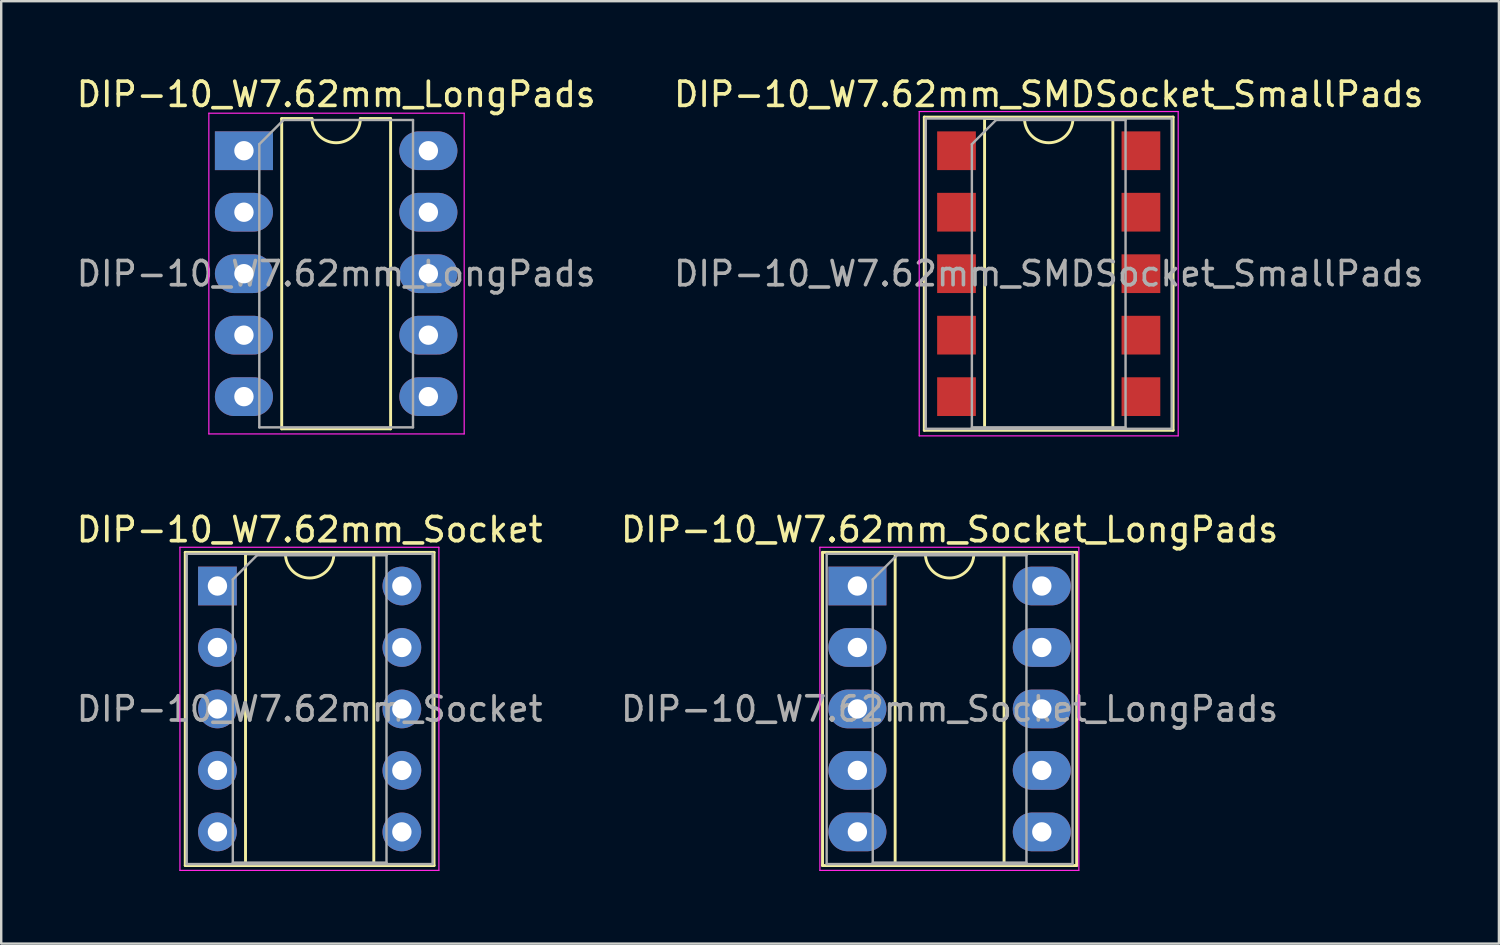
<source format=kicad_pcb>
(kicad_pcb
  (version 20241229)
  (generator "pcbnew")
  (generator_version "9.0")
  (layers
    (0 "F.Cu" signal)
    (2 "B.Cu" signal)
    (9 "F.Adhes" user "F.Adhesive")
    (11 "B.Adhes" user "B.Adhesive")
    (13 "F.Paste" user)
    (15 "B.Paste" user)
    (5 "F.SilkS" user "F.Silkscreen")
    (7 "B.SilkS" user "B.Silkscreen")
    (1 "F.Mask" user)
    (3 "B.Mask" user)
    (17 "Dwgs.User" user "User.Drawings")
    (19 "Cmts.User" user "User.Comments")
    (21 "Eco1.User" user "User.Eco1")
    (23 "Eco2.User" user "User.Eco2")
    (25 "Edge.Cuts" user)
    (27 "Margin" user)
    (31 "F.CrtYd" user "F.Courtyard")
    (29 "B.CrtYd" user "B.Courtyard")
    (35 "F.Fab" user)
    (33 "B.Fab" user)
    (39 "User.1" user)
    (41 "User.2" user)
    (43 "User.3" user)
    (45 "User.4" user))
  (footprint "DIP-10_W7.62mm_SMDSocket_SmallPads"
    (layer "F.Cu")
    (at 40.28 8.258)
    (property "Reference" "DIP-10_W7.62mm_SMDSocket_SmallPads" (at 0 -7.41 0) (layer "F.SilkS") (effects (font (size 1 1) (thickness 0.15))))
    (attr smd)
    (fp_line (start -5.14 -6.47) (end -5.14 6.47) (stroke (width 0.12) (type solid)) (layer "F.SilkS"))
    (fp_line (start -5.14 6.47) (end 5.14 6.47) (stroke (width 0.12) (type solid)) (layer "F.SilkS"))
    (fp_line (start -2.65 -6.41) (end -2.65 6.41) (stroke (width 0.12) (type solid)) (layer "F.SilkS"))
    (fp_line (start -2.65 6.41) (end 2.65 6.41) (stroke (width 0.12) (type solid)) (layer "F.SilkS"))
    (fp_line (start -1 -6.41) (end -2.65 -6.41) (stroke (width 0.12) (type solid)) (layer "F.SilkS"))
    (fp_line (start 2.65 -6.41) (end 1 -6.41) (stroke (width 0.12) (type solid)) (layer "F.SilkS"))
    (fp_line (start 2.65 6.41) (end 2.65 -6.41) (stroke (width 0.12) (type solid)) (layer "F.SilkS"))
    (fp_line (start 5.14 -6.47) (end -5.14 -6.47) (stroke (width 0.12) (type solid)) (layer "F.SilkS"))
    (fp_line (start 5.14 6.47) (end 5.14 -6.47) (stroke (width 0.12) (type solid)) (layer "F.SilkS"))
    (fp_arc (start 1 -6.41) (mid 0 -5.41) (end -1 -6.41) (stroke (width 0.12) (type solid)) (layer "F.SilkS"))
    (fp_line (start -5.35 -6.7) (end -5.35 6.7) (stroke (width 0.05) (type solid)) (layer "F.CrtYd"))
    (fp_line (start -5.35 6.7) (end 5.35 6.7) (stroke (width 0.05) (type solid)) (layer "F.CrtYd"))
    (fp_line (start 5.35 -6.7) (end -5.35 -6.7) (stroke (width 0.05) (type solid)) (layer "F.CrtYd"))
    (fp_line (start 5.35 6.7) (end 5.35 -6.7) (stroke (width 0.05) (type solid)) (layer "F.CrtYd"))
    (fp_line (start -5.08 -6.41) (end -5.08 6.41) (stroke (width 0.1) (type solid)) (layer "F.Fab"))
    (fp_line (start -5.08 6.41) (end 5.08 6.41) (stroke (width 0.1) (type solid)) (layer "F.Fab"))
    (fp_line (start -3.175 -5.35) (end -2.175 -6.35) (stroke (width 0.1) (type solid)) (layer "F.Fab"))
    (fp_line (start -3.175 6.35) (end -3.175 -5.35) (stroke (width 0.1) (type solid)) (layer "F.Fab"))
    (fp_line (start -2.175 -6.35) (end 3.175 -6.35) (stroke (width 0.1) (type solid)) (layer "F.Fab"))
    (fp_line (start 3.175 -6.35) (end 3.175 6.35) (stroke (width 0.1) (type solid)) (layer "F.Fab"))
    (fp_line (start 3.175 6.35) (end -3.175 6.35) (stroke (width 0.1) (type solid)) (layer "F.Fab"))
    (fp_line (start 5.08 -6.41) (end -5.08 -6.41) (stroke (width 0.1) (type solid)) (layer "F.Fab"))
    (fp_line (start 5.08 6.41) (end 5.08 -6.41) (stroke (width 0.1) (type solid)) (layer "F.Fab"))
    (fp_text user "${REFERENCE}" (at 0 0 0) (layer "F.Fab") (effects (font (size 1 1) (thickness 0.15))))
    (pad "1" smd rect (at -3.81 -5.08) (size 1.6 1.6) (layers "F.Cu" "F.Mask" "F.Paste"))
    (pad "2" smd rect (at -3.81 -2.54) (size 1.6 1.6) (layers "F.Cu" "F.Mask" "F.Paste"))
    (pad "3" smd rect (at -3.81 0) (size 1.6 1.6) (layers "F.Cu" "F.Mask" "F.Paste"))
    (pad "4" smd rect (at -3.81 2.54) (size 1.6 1.6) (layers "F.Cu" "F.Mask" "F.Paste"))
    (pad "5" smd rect (at -3.81 5.08) (size 1.6 1.6) (layers "F.Cu" "F.Mask" "F.Paste"))
    (pad "6" smd rect (at 3.81 5.08) (size 1.6 1.6) (layers "F.Cu" "F.Mask" "F.Paste"))
    (pad "7" smd rect (at 3.81 2.54) (size 1.6 1.6) (layers "F.Cu" "F.Mask" "F.Paste"))
    (pad "8" smd rect (at 3.81 0) (size 1.6 1.6) (layers "F.Cu" "F.Mask" "F.Paste"))
    (pad "9" smd rect (at 3.81 -2.54) (size 1.6 1.6) (layers "F.Cu" "F.Mask" "F.Paste"))
    (pad "10" smd rect (at 3.81 -5.08) (size 1.6 1.6) (layers "F.Cu" "F.Mask" "F.Paste")))
  (footprint "DIP-10_W7.62mm_LongPads"
    (layer "F.Cu")
    (at 7.029 3.178)
    (property "Reference" "DIP-10_W7.62mm_LongPads" (at 3.81 -2.33 0) (layer "F.SilkS") (effects (font (size 1 1) (thickness 0.15))))
    (attr through_hole)
    (fp_line (start 1.56 -1.33) (end 1.56 11.49) (stroke (width 0.12) (type solid)) (layer "F.SilkS"))
    (fp_line (start 1.56 11.49) (end 6.06 11.49) (stroke (width 0.12) (type solid)) (layer "F.SilkS"))
    (fp_line (start 2.81 -1.33) (end 1.56 -1.33) (stroke (width 0.12) (type solid)) (layer "F.SilkS"))
    (fp_line (start 6.06 -1.33) (end 4.81 -1.33) (stroke (width 0.12) (type solid)) (layer "F.SilkS"))
    (fp_line (start 6.06 11.49) (end 6.06 -1.33) (stroke (width 0.12) (type solid)) (layer "F.SilkS"))
    (fp_arc (start 4.81 -1.33) (mid 3.81 -0.33) (end 2.81 -1.33) (stroke (width 0.12) (type solid)) (layer "F.SilkS"))
    (fp_line (start -1.45 -1.55) (end -1.45 11.7) (stroke (width 0.05) (type solid)) (layer "F.CrtYd"))
    (fp_line (start -1.45 11.7) (end 9.1 11.7) (stroke (width 0.05) (type solid)) (layer "F.CrtYd"))
    (fp_line (start 9.1 -1.55) (end -1.45 -1.55) (stroke (width 0.05) (type solid)) (layer "F.CrtYd"))
    (fp_line (start 9.1 11.7) (end 9.1 -1.55) (stroke (width 0.05) (type solid)) (layer "F.CrtYd"))
    (fp_line (start 0.635 -0.27) (end 1.635 -1.27) (stroke (width 0.1) (type solid)) (layer "F.Fab"))
    (fp_line (start 0.635 11.43) (end 0.635 -0.27) (stroke (width 0.1) (type solid)) (layer "F.Fab"))
    (fp_line (start 1.635 -1.27) (end 6.985 -1.27) (stroke (width 0.1) (type solid)) (layer "F.Fab"))
    (fp_line (start 6.985 -1.27) (end 6.985 11.43) (stroke (width 0.1) (type solid)) (layer "F.Fab"))
    (fp_line (start 6.985 11.43) (end 0.635 11.43) (stroke (width 0.1) (type solid)) (layer "F.Fab"))
    (fp_text user "${REFERENCE}" (at 3.81 5.08 0) (layer "F.Fab") (effects (font (size 1 1) (thickness 0.15))))
    (pad "1" thru_hole rect (at 0 0) (size 2.4 1.6) (drill 0.8) (layers "*.Cu" "*.Mask"))
    (pad "2" thru_hole oval (at 0 2.54) (size 2.4 1.6) (drill 0.8) (layers "*.Cu" "*.Mask"))
    (pad "3" thru_hole oval (at 0 5.08) (size 2.4 1.6) (drill 0.8) (layers "*.Cu" "*.Mask"))
    (pad "4" thru_hole oval (at 0 7.62) (size 2.4 1.6) (drill 0.8) (layers "*.Cu" "*.Mask"))
    (pad "5" thru_hole oval (at 0 10.16) (size 2.4 1.6) (drill 0.8) (layers "*.Cu" "*.Mask"))
    (pad "6" thru_hole oval (at 7.62 10.16) (size 2.4 1.6) (drill 0.8) (layers "*.Cu" "*.Mask"))
    (pad "7" thru_hole oval (at 7.62 7.62) (size 2.4 1.6) (drill 0.8) (layers "*.Cu" "*.Mask"))
    (pad "8" thru_hole oval (at 7.62 5.08) (size 2.4 1.6) (drill 0.8) (layers "*.Cu" "*.Mask"))
    (pad "9" thru_hole oval (at 7.62 2.54) (size 2.4 1.6) (drill 0.8) (layers "*.Cu" "*.Mask"))
    (pad "10" thru_hole oval (at 7.62 0) (size 2.4 1.6) (drill 0.8) (layers "*.Cu" "*.Mask")))
  (footprint "DIP-10_W7.62mm_Socket_LongPads"
    (layer "F.Cu")
    (at 32.375 21.162)
    (property "Reference" "DIP-10_W7.62mm_Socket_LongPads" (at 3.81 -2.33 0) (layer "F.SilkS") (effects (font (size 1 1) (thickness 0.15))))
    (attr through_hole)
    (fp_line (start -1.44 -1.39) (end -1.44 11.55) (stroke (width 0.12) (type solid)) (layer "F.SilkS"))
    (fp_line (start -1.44 11.55) (end 9.06 11.55) (stroke (width 0.12) (type solid)) (layer "F.SilkS"))
    (fp_line (start 1.56 -1.33) (end 1.56 11.49) (stroke (width 0.12) (type solid)) (layer "F.SilkS"))
    (fp_line (start 1.56 11.49) (end 6.06 11.49) (stroke (width 0.12) (type solid)) (layer "F.SilkS"))
    (fp_line (start 2.81 -1.33) (end 1.56 -1.33) (stroke (width 0.12) (type solid)) (layer "F.SilkS"))
    (fp_line (start 6.06 -1.33) (end 4.81 -1.33) (stroke (width 0.12) (type solid)) (layer "F.SilkS"))
    (fp_line (start 6.06 11.49) (end 6.06 -1.33) (stroke (width 0.12) (type solid)) (layer "F.SilkS"))
    (fp_line (start 9.06 -1.39) (end -1.44 -1.39) (stroke (width 0.12) (type solid)) (layer "F.SilkS"))
    (fp_line (start 9.06 11.55) (end 9.06 -1.39) (stroke (width 0.12) (type solid)) (layer "F.SilkS"))
    (fp_arc (start 4.81 -1.33) (mid 3.81 -0.33) (end 2.81 -1.33) (stroke (width 0.12) (type solid)) (layer "F.SilkS"))
    (fp_line (start -1.55 -1.6) (end -1.55 11.75) (stroke (width 0.05) (type solid)) (layer "F.CrtYd"))
    (fp_line (start -1.55 11.75) (end 9.15 11.75) (stroke (width 0.05) (type solid)) (layer "F.CrtYd"))
    (fp_line (start 9.15 -1.6) (end -1.55 -1.6) (stroke (width 0.05) (type solid)) (layer "F.CrtYd"))
    (fp_line (start 9.15 11.75) (end 9.15 -1.6) (stroke (width 0.05) (type solid)) (layer "F.CrtYd"))
    (fp_line (start -1.27 -1.33) (end -1.27 11.49) (stroke (width 0.1) (type solid)) (layer "F.Fab"))
    (fp_line (start -1.27 11.49) (end 8.89 11.49) (stroke (width 0.1) (type solid)) (layer "F.Fab"))
    (fp_line (start 0.635 -0.27) (end 1.635 -1.27) (stroke (width 0.1) (type solid)) (layer "F.Fab"))
    (fp_line (start 0.635 11.43) (end 0.635 -0.27) (stroke (width 0.1) (type solid)) (layer "F.Fab"))
    (fp_line (start 1.635 -1.27) (end 6.985 -1.27) (stroke (width 0.1) (type solid)) (layer "F.Fab"))
    (fp_line (start 6.985 -1.27) (end 6.985 11.43) (stroke (width 0.1) (type solid)) (layer "F.Fab"))
    (fp_line (start 6.985 11.43) (end 0.635 11.43) (stroke (width 0.1) (type solid)) (layer "F.Fab"))
    (fp_line (start 8.89 -1.33) (end -1.27 -1.33) (stroke (width 0.1) (type solid)) (layer "F.Fab"))
    (fp_line (start 8.89 11.49) (end 8.89 -1.33) (stroke (width 0.1) (type solid)) (layer "F.Fab"))
    (fp_text user "${REFERENCE}" (at 3.81 5.08 0) (layer "F.Fab") (effects (font (size 1 1) (thickness 0.15))))
    (pad "1" thru_hole rect (at 0 0) (size 2.4 1.6) (drill 0.8) (layers "*.Cu" "*.Mask"))
    (pad "2" thru_hole oval (at 0 2.54) (size 2.4 1.6) (drill 0.8) (layers "*.Cu" "*.Mask"))
    (pad "3" thru_hole oval (at 0 5.08) (size 2.4 1.6) (drill 0.8) (layers "*.Cu" "*.Mask"))
    (pad "4" thru_hole oval (at 0 7.62) (size 2.4 1.6) (drill 0.8) (layers "*.Cu" "*.Mask"))
    (pad "5" thru_hole oval (at 0 10.16) (size 2.4 1.6) (drill 0.8) (layers "*.Cu" "*.Mask"))
    (pad "6" thru_hole oval (at 7.62 10.16) (size 2.4 1.6) (drill 0.8) (layers "*.Cu" "*.Mask"))
    (pad "7" thru_hole oval (at 7.62 7.62) (size 2.4 1.6) (drill 0.8) (layers "*.Cu" "*.Mask"))
    (pad "8" thru_hole oval (at 7.62 5.08) (size 2.4 1.6) (drill 0.8) (layers "*.Cu" "*.Mask"))
    (pad "9" thru_hole oval (at 7.62 2.54) (size 2.4 1.6) (drill 0.8) (layers "*.Cu" "*.Mask"))
    (pad "10" thru_hole oval (at 7.62 0) (size 2.4 1.6) (drill 0.8) (layers "*.Cu" "*.Mask")))
  (footprint "DIP-10_W7.62mm_Socket"
    (layer "F.Cu")
    (at 5.934 21.162)
    (property "Reference" "DIP-10_W7.62mm_Socket" (at 3.81 -2.33 0) (layer "F.SilkS") (effects (font (size 1 1) (thickness 0.15))))
    (attr through_hole)
    (fp_line (start -1.33 -1.39) (end -1.33 11.55) (stroke (width 0.12) (type solid)) (layer "F.SilkS"))
    (fp_line (start -1.33 11.55) (end 8.95 11.55) (stroke (width 0.12) (type solid)) (layer "F.SilkS"))
    (fp_line (start 1.16 -1.33) (end 1.16 11.49) (stroke (width 0.12) (type solid)) (layer "F.SilkS"))
    (fp_line (start 1.16 11.49) (end 6.46 11.49) (stroke (width 0.12) (type solid)) (layer "F.SilkS"))
    (fp_line (start 2.81 -1.33) (end 1.16 -1.33) (stroke (width 0.12) (type solid)) (layer "F.SilkS"))
    (fp_line (start 6.46 -1.33) (end 4.81 -1.33) (stroke (width 0.12) (type solid)) (layer "F.SilkS"))
    (fp_line (start 6.46 11.49) (end 6.46 -1.33) (stroke (width 0.12) (type solid)) (layer "F.SilkS"))
    (fp_line (start 8.95 -1.39) (end -1.33 -1.39) (stroke (width 0.12) (type solid)) (layer "F.SilkS"))
    (fp_line (start 8.95 11.55) (end 8.95 -1.39) (stroke (width 0.12) (type solid)) (layer "F.SilkS"))
    (fp_arc (start 4.81 -1.33) (mid 3.81 -0.33) (end 2.81 -1.33) (stroke (width 0.12) (type solid)) (layer "F.SilkS"))
    (fp_line (start -1.55 -1.6) (end -1.55 11.75) (stroke (width 0.05) (type solid)) (layer "F.CrtYd"))
    (fp_line (start -1.55 11.75) (end 9.15 11.75) (stroke (width 0.05) (type solid)) (layer "F.CrtYd"))
    (fp_line (start 9.15 -1.6) (end -1.55 -1.6) (stroke (width 0.05) (type solid)) (layer "F.CrtYd"))
    (fp_line (start 9.15 11.75) (end 9.15 -1.6) (stroke (width 0.05) (type solid)) (layer "F.CrtYd"))
    (fp_line (start -1.27 -1.33) (end -1.27 11.49) (stroke (width 0.1) (type solid)) (layer "F.Fab"))
    (fp_line (start -1.27 11.49) (end 8.89 11.49) (stroke (width 0.1) (type solid)) (layer "F.Fab"))
    (fp_line (start 0.635 -0.27) (end 1.635 -1.27) (stroke (width 0.1) (type solid)) (layer "F.Fab"))
    (fp_line (start 0.635 11.43) (end 0.635 -0.27) (stroke (width 0.1) (type solid)) (layer "F.Fab"))
    (fp_line (start 1.635 -1.27) (end 6.985 -1.27) (stroke (width 0.1) (type solid)) (layer "F.Fab"))
    (fp_line (start 6.985 -1.27) (end 6.985 11.43) (stroke (width 0.1) (type solid)) (layer "F.Fab"))
    (fp_line (start 6.985 11.43) (end 0.635 11.43) (stroke (width 0.1) (type solid)) (layer "F.Fab"))
    (fp_line (start 8.89 -1.33) (end -1.27 -1.33) (stroke (width 0.1) (type solid)) (layer "F.Fab"))
    (fp_line (start 8.89 11.49) (end 8.89 -1.33) (stroke (width 0.1) (type solid)) (layer "F.Fab"))
    (fp_text user "${REFERENCE}" (at 3.81 5.08 0) (layer "F.Fab") (effects (font (size 1 1) (thickness 0.15))))
    (pad "1" thru_hole rect (at 0 0) (size 1.6 1.6) (drill 0.8) (layers "*.Cu" "*.Mask"))
    (pad "2" thru_hole oval (at 0 2.54) (size 1.6 1.6) (drill 0.8) (layers "*.Cu" "*.Mask"))
    (pad "3" thru_hole oval (at 0 5.08) (size 1.6 1.6) (drill 0.8) (layers "*.Cu" "*.Mask"))
    (pad "4" thru_hole oval (at 0 7.62) (size 1.6 1.6) (drill 0.8) (layers "*.Cu" "*.Mask"))
    (pad "5" thru_hole oval (at 0 10.16) (size 1.6 1.6) (drill 0.8) (layers "*.Cu" "*.Mask"))
    (pad "6" thru_hole oval (at 7.62 10.16) (size 1.6 1.6) (drill 0.8) (layers "*.Cu" "*.Mask"))
    (pad "7" thru_hole oval (at 7.62 7.62) (size 1.6 1.6) (drill 0.8) (layers "*.Cu" "*.Mask"))
    (pad "8" thru_hole oval (at 7.62 5.08) (size 1.6 1.6) (drill 0.8) (layers "*.Cu" "*.Mask"))
    (pad "9" thru_hole oval (at 7.62 2.54) (size 1.6 1.6) (drill 0.8) (layers "*.Cu" "*.Mask"))
    (pad "10" thru_hole oval (at 7.62 0) (size 1.6 1.6) (drill 0.8) (layers "*.Cu" "*.Mask")))
  (gr_rect
    (start -3 -3)
    (end 58.881 35.937)
    (stroke (width 0.1) (type default))
    (fill no)
    (layer "Edge.Cuts")))
</source>
